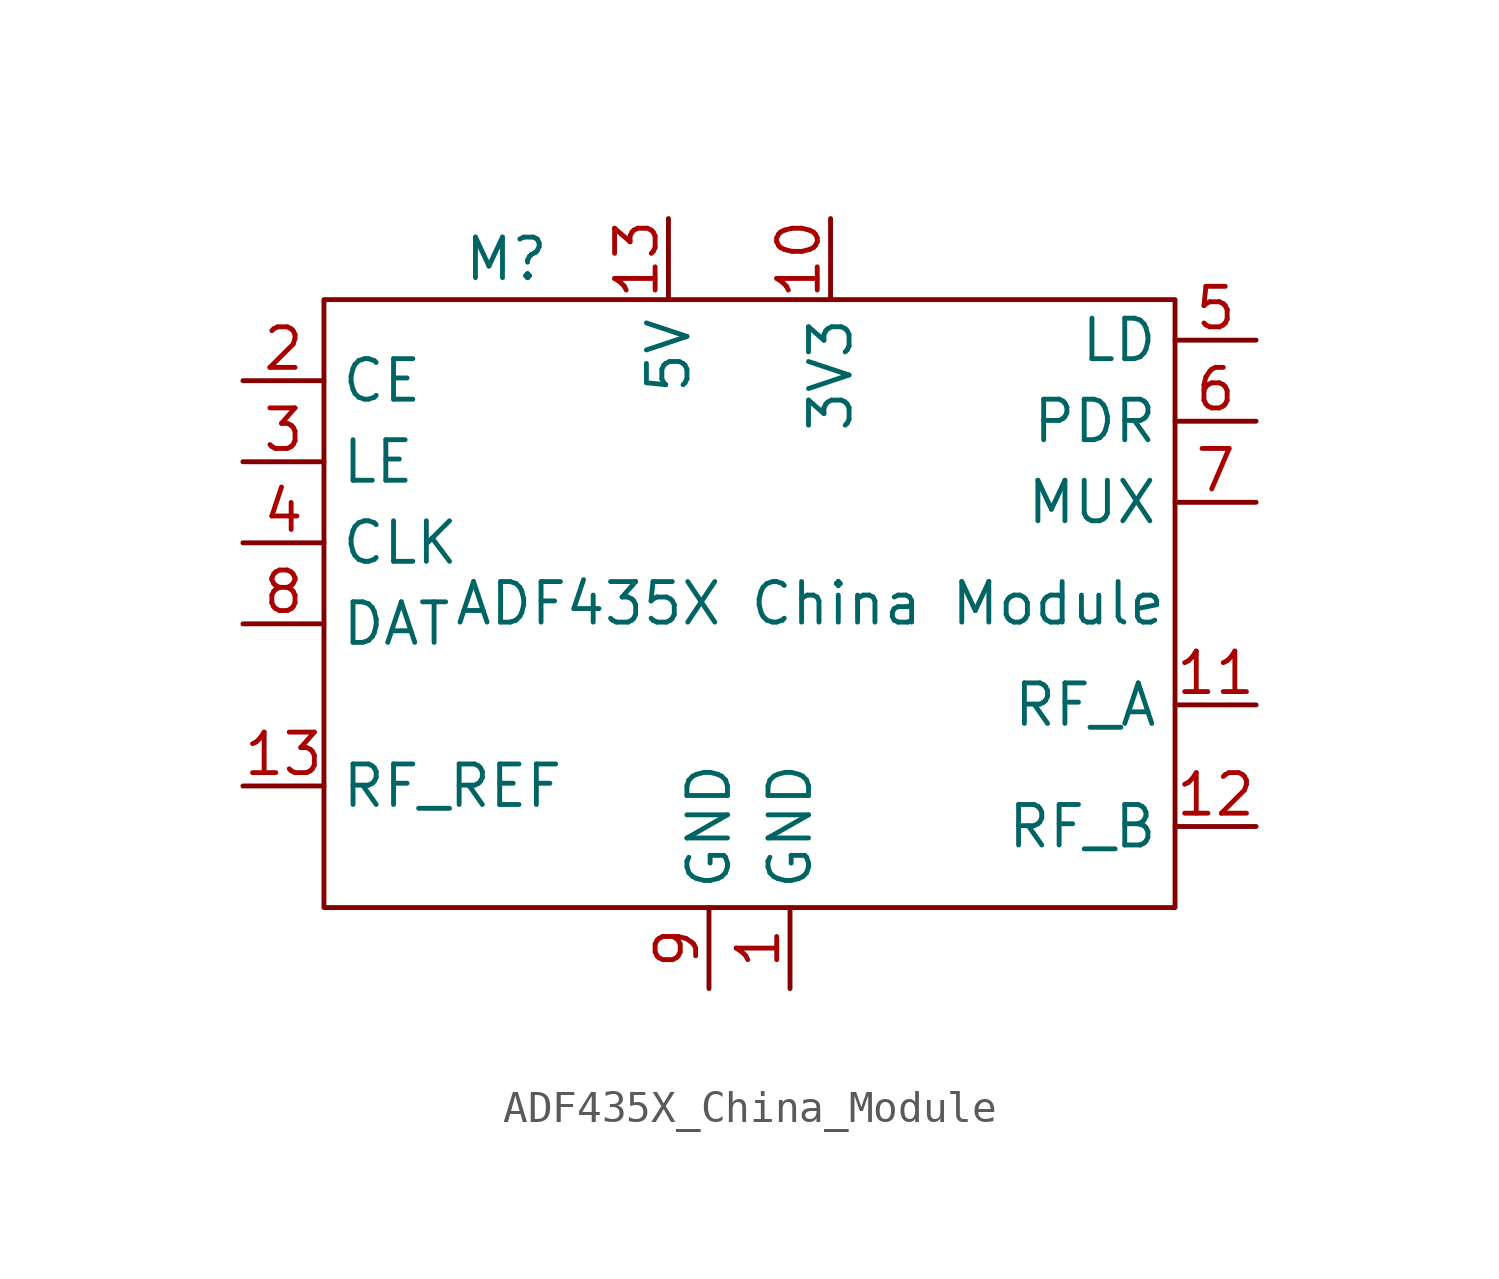
<source format=kicad_sym>
(kicad_symbol_lib
  (version 20220914)
  (generator kicad_symbol_editor)
  (symbol "ADF435X_China_Module"
    (property "Reference" "M"
      (at -7.62 10.795 0)
      (effects (font (size 1.27 1.27))))
    (property "Value" "ADF435X China Module"
      (at 1.905 0 0)
      (effects (font (size 1.27 1.27))))
    (symbol "ADF435X_China_Module_0_1"
      (rectangle (start -13.335 9.525) (end 13.335 -9.525) (stroke (width 0) (type default)) (fill (type none))))
    (symbol "ADF435X_China_Module_1_1"
      (pin input line (at 1.27 -12.065 90) (length 2.54) (name "GND" (effects (font (size 1.27 1.27)))) (number "1" (effects (font (size 1.27 1.27)))))
      (pin output line (at 2.54 12.065 270) (length 2.54) (name "3V3" (effects (font (size 1.27 1.27)))) (number "10" (effects (font (size 1.27 1.27)))))
      (pin output line (at 15.875 -3.175 180) (length 2.54) (name "RF_A" (effects (font (size 1.27 1.27)))) (number "11" (effects (font (size 1.27 1.27)))))
      (pin output line (at 15.875 -6.985 180) (length 2.54) (name "RF_B" (effects (font (size 1.27 1.27)))) (number "12" (effects (font (size 1.27 1.27)))))
      (pin input line (at -2.54 12.065 270) (length 2.54) (name "5V" (effects (font (size 1.27 1.27)))) (number "13" (effects (font (size 1.27 1.27)))))
      (pin input line (at -15.875 -5.715 0) (length 2.54) (name "RF_REF" (effects (font (size 1.27 1.27)))) (number "13" (effects (font (size 1.27 1.27)))))
      (pin input line (at -15.875 6.985 0) (length 2.54) (name "CE" (effects (font (size 1.27 1.27)))) (number "2" (effects (font (size 1.27 1.27)))))
      (pin input line (at -15.875 4.445 0) (length 2.54) (name "LE" (effects (font (size 1.27 1.27)))) (number "3" (effects (font (size 1.27 1.27)))))
      (pin input line (at -15.875 1.905 0) (length 2.54) (name "CLK" (effects (font (size 1.27 1.27)))) (number "4" (effects (font (size 1.27 1.27)))))
      (pin output line (at 15.875 8.255 180) (length 2.54) (name "LD" (effects (font (size 1.27 1.27)))) (number "5" (effects (font (size 1.27 1.27)))))
      (pin output line (at 15.875 5.715 180) (length 2.54) (name "PDR" (effects (font (size 1.27 1.27)))) (number "6" (effects (font (size 1.27 1.27)))))
      (pin output line (at 15.875 3.175 180) (length 2.54) (name "MUX" (effects (font (size 1.27 1.27)))) (number "7" (effects (font (size 1.27 1.27)))))
      (pin output line (at -15.875 -0.635 0) (length 2.54) (name "DAT" (effects (font (size 1.27 1.27)))) (number "8" (effects (font (size 1.27 1.27)))))
      (pin input line (at -1.27 -12.065 90) (length 2.54) (name "GND" (effects (font (size 1.27 1.27)))) (number "9" (effects (font (size 1.27 1.27))))))))
</source>
